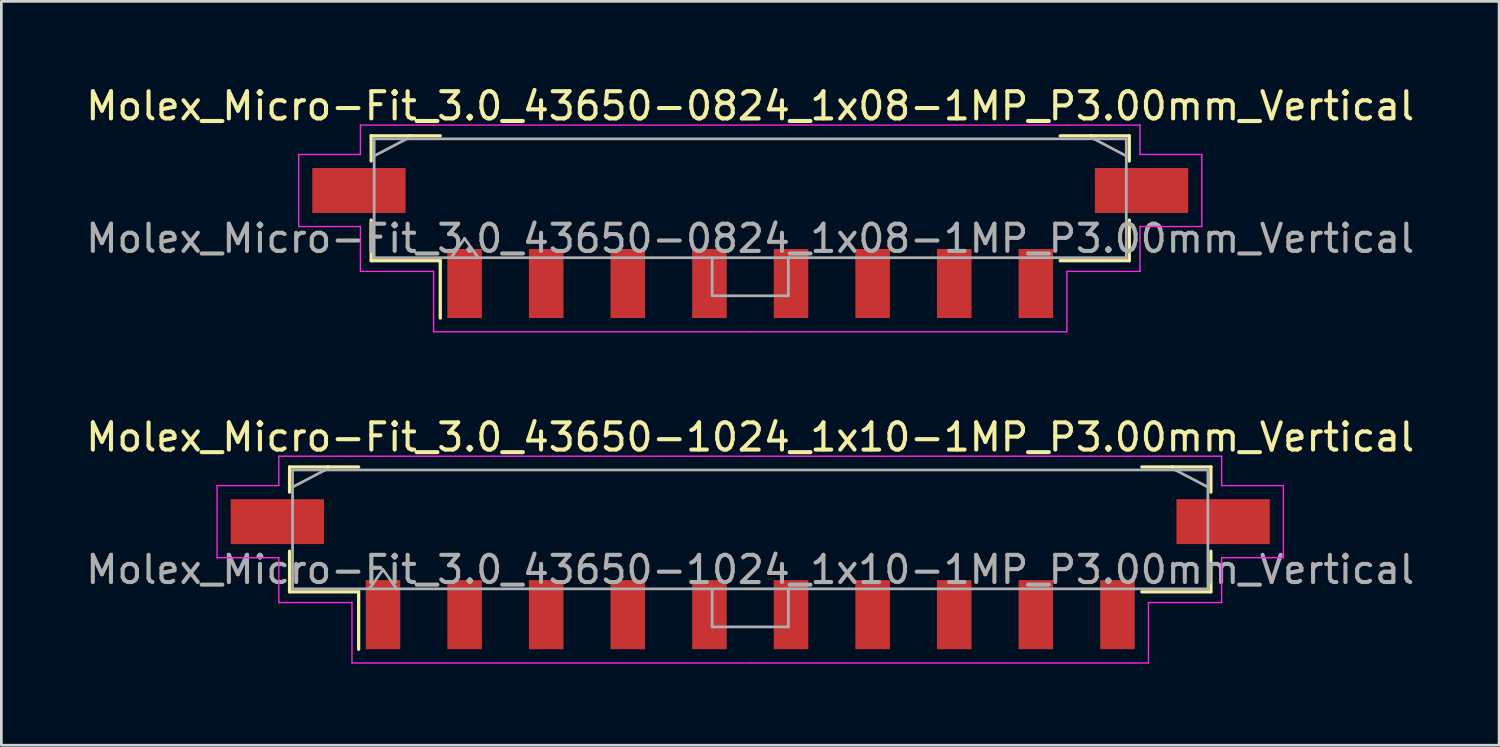
<source format=kicad_pcb>
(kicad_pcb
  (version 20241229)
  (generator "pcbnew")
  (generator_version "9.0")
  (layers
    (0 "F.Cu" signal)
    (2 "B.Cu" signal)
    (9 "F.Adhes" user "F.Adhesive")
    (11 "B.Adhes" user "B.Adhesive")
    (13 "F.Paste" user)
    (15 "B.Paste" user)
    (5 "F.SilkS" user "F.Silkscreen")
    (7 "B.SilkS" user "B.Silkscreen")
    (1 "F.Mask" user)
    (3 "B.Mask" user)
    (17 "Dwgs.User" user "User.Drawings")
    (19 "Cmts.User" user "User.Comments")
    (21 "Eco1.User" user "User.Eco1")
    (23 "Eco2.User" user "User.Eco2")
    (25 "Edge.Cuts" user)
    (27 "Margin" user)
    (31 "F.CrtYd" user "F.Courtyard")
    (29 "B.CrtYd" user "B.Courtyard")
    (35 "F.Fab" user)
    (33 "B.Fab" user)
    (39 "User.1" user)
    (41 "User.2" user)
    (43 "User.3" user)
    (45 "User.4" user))
  (footprint "Molex_Micro-Fit_3.0_43650-0824_1x08-1MP_P3.00mm_Vertical"
    (layer "F.Cu")
    (at 24.53 4.238)
    (property "Reference" "Molex_Micro-Fit_3.0_43650-0824_1x08-1MP_P3.00mm_Vertical" (at 0 -3.39 0) (layer "F.SilkS") (effects (font (size 1 1) (thickness 0.15))))
    (attr smd)
    (fp_line (start -13.935 -2.295) (end -12.515 -2.295) (stroke (width 0.12) (type solid)) (layer "F.SilkS"))
    (fp_line (start -13.935 -1.37) (end -13.935 -2.295) (stroke (width 0.12) (type solid)) (layer "F.SilkS"))
    (fp_line (start -13.935 0.8) (end -13.935 2.295) (stroke (width 0.12) (type solid)) (layer "F.SilkS"))
    (fp_line (start -13.935 2.295) (end -11.395 2.295) (stroke (width 0.12) (type solid)) (layer "F.SilkS"))
    (fp_line (start -12.515 -2.295) (end -12.515 -2.295) (stroke (width 0.12) (type solid)) (layer "F.SilkS"))
    (fp_line (start -12.515 -2.295) (end -11.395 -2.295) (stroke (width 0.12) (type solid)) (layer "F.SilkS"))
    (fp_line (start -11.395 2.295) (end -11.395 4.405) (stroke (width 0.12) (type solid)) (layer "F.SilkS"))
    (fp_line (start 12.515 -2.295) (end 11.395 -2.295) (stroke (width 0.12) (type solid)) (layer "F.SilkS"))
    (fp_line (start 12.515 -2.295) (end 12.515 -2.295) (stroke (width 0.12) (type solid)) (layer "F.SilkS"))
    (fp_line (start 13.935 -2.295) (end 12.515 -2.295) (stroke (width 0.12) (type solid)) (layer "F.SilkS"))
    (fp_line (start 13.935 -1.37) (end 13.935 -2.295) (stroke (width 0.12) (type solid)) (layer "F.SilkS"))
    (fp_line (start 13.935 0.8) (end 13.935 2.295) (stroke (width 0.12) (type solid)) (layer "F.SilkS"))
    (fp_line (start 13.935 2.295) (end 11.395 2.295) (stroke (width 0.12) (type solid)) (layer "F.SilkS"))
    (fp_line (start -16.6 -1.61) (end -16.6 1.04) (stroke (width 0.05) (type solid)) (layer "F.CrtYd"))
    (fp_line (start -16.6 1.04) (end -14.33 1.04) (stroke (width 0.05) (type solid)) (layer "F.CrtYd"))
    (fp_line (start -14.33 -2.69) (end -14.33 -1.61) (stroke (width 0.05) (type solid)) (layer "F.CrtYd"))
    (fp_line (start -14.33 -1.61) (end -16.6 -1.61) (stroke (width 0.05) (type solid)) (layer "F.CrtYd"))
    (fp_line (start -14.33 1.04) (end -14.33 2.69) (stroke (width 0.05) (type solid)) (layer "F.CrtYd"))
    (fp_line (start -14.33 2.69) (end -11.64 2.69) (stroke (width 0.05) (type solid)) (layer "F.CrtYd"))
    (fp_line (start -11.64 -2.69) (end -14.33 -2.69) (stroke (width 0.05) (type solid)) (layer "F.CrtYd"))
    (fp_line (start -11.64 2.69) (end -11.64 4.91) (stroke (width 0.05) (type solid)) (layer "F.CrtYd"))
    (fp_line (start -11.64 4.91) (end 0 4.91) (stroke (width 0.05) (type solid)) (layer "F.CrtYd"))
    (fp_line (start 0 -2.69) (end -11.64 -2.69) (stroke (width 0.05) (type solid)) (layer "F.CrtYd"))
    (fp_line (start 0 -2.69) (end 11.64 -2.69) (stroke (width 0.05) (type solid)) (layer "F.CrtYd"))
    (fp_line (start 11.64 -2.69) (end 14.33 -2.69) (stroke (width 0.05) (type solid)) (layer "F.CrtYd"))
    (fp_line (start 11.64 2.69) (end 11.64 4.91) (stroke (width 0.05) (type solid)) (layer "F.CrtYd"))
    (fp_line (start 11.64 4.91) (end 0 4.91) (stroke (width 0.05) (type solid)) (layer "F.CrtYd"))
    (fp_line (start 14.33 -2.69) (end 14.33 -1.61) (stroke (width 0.05) (type solid)) (layer "F.CrtYd"))
    (fp_line (start 14.33 -1.61) (end 16.6 -1.61) (stroke (width 0.05) (type solid)) (layer "F.CrtYd"))
    (fp_line (start 14.33 1.04) (end 14.33 2.69) (stroke (width 0.05) (type solid)) (layer "F.CrtYd"))
    (fp_line (start 14.33 2.69) (end 11.64 2.69) (stroke (width 0.05) (type solid)) (layer "F.CrtYd"))
    (fp_line (start 16.6 -1.61) (end 16.6 1.04) (stroke (width 0.05) (type solid)) (layer "F.CrtYd"))
    (fp_line (start 16.6 1.04) (end 14.33 1.04) (stroke (width 0.05) (type solid)) (layer "F.CrtYd"))
    (fp_line (start -13.825 -2.185) (end -13.825 2.185) (stroke (width 0.1) (type solid)) (layer "F.Fab"))
    (fp_line (start -13.825 -1.555) (end -12.625 -2.185) (stroke (width 0.1) (type solid)) (layer "F.Fab"))
    (fp_line (start -13.825 2.185) (end 13.825 2.185) (stroke (width 0.1) (type solid)) (layer "F.Fab"))
    (fp_line (start -12.625 -2.185) (end -13.825 -2.185) (stroke (width 0.1) (type solid)) (layer "F.Fab"))
    (fp_line (start -12.625 -2.185) (end -12.625 -2.185) (stroke (width 0.1) (type solid)) (layer "F.Fab"))
    (fp_line (start -11 2.185) (end -10.5 1.478) (stroke (width 0.1) (type solid)) (layer "F.Fab"))
    (fp_line (start -10.5 1.478) (end -10 2.185) (stroke (width 0.1) (type solid)) (layer "F.Fab"))
    (fp_line (start -1.4 2.185) (end -1.4 3.585) (stroke (width 0.1) (type solid)) (layer "F.Fab"))
    (fp_line (start -1.4 3.585) (end 1.4 3.585) (stroke (width 0.1) (type solid)) (layer "F.Fab"))
    (fp_line (start 1.4 3.585) (end 1.4 2.185) (stroke (width 0.1) (type solid)) (layer "F.Fab"))
    (fp_line (start 12.625 -2.185) (end -12.625 -2.185) (stroke (width 0.1) (type solid)) (layer "F.Fab"))
    (fp_line (start 12.625 -2.185) (end 12.625 -2.185) (stroke (width 0.1) (type solid)) (layer "F.Fab"))
    (fp_line (start 13.825 -2.185) (end 12.625 -2.185) (stroke (width 0.1) (type solid)) (layer "F.Fab"))
    (fp_line (start 13.825 -1.555) (end 12.625 -2.185) (stroke (width 0.1) (type solid)) (layer "F.Fab"))
    (fp_line (start 13.825 2.185) (end 13.825 -2.185) (stroke (width 0.1) (type solid)) (layer "F.Fab"))
    (fp_text user "${REFERENCE}" (at 0 1.48 0) (layer "F.Fab") (effects (font (size 1 1) (thickness 0.15))))
    (pad "1" smd rect (at -10.5 3.135) (size 1.27 2.54) (layers "F.Cu" "F.Mask" "F.Paste"))
    (pad "2" smd rect (at -7.5 3.135) (size 1.27 2.54) (layers "F.Cu" "F.Mask" "F.Paste"))
    (pad "3" smd rect (at -4.5 3.135) (size 1.27 2.54) (layers "F.Cu" "F.Mask" "F.Paste"))
    (pad "4" smd rect (at -1.5 3.135) (size 1.27 2.54) (layers "F.Cu" "F.Mask" "F.Paste"))
    (pad "5" smd rect (at 1.5 3.135) (size 1.27 2.54) (layers "F.Cu" "F.Mask" "F.Paste"))
    (pad "6" smd rect (at 4.5 3.135) (size 1.27 2.54) (layers "F.Cu" "F.Mask" "F.Paste"))
    (pad "7" smd rect (at 7.5 3.135) (size 1.27 2.54) (layers "F.Cu" "F.Mask" "F.Paste"))
    (pad "8" smd rect (at 10.5 3.135) (size 1.27 2.54) (layers "F.Cu" "F.Mask" "F.Paste"))
    (pad "MP" smd rect (at -14.385 -0.285) (size 3.43 1.65) (layers "F.Cu" "F.Mask" "F.Paste"))
    (pad "MP" smd rect (at 14.385 -0.285) (size 3.43 1.65) (layers "F.Cu" "F.Mask" "F.Paste")))
  (footprint "Molex_Micro-Fit_3.0_43650-1024_1x10-1MP_P3.00mm_Vertical"
    (layer "F.Cu")
    (at 24.53 16.412)
    (property "Reference" "Molex_Micro-Fit_3.0_43650-1024_1x10-1MP_P3.00mm_Vertical" (at 0 -3.39 0) (layer "F.SilkS") (effects (font (size 1 1) (thickness 0.15))))
    (attr smd)
    (fp_line (start -16.935 -2.295) (end -15.515 -2.295) (stroke (width 0.12) (type solid)) (layer "F.SilkS"))
    (fp_line (start -16.935 -1.37) (end -16.935 -2.295) (stroke (width 0.12) (type solid)) (layer "F.SilkS"))
    (fp_line (start -16.935 0.8) (end -16.935 2.295) (stroke (width 0.12) (type solid)) (layer "F.SilkS"))
    (fp_line (start -16.935 2.295) (end -14.395 2.295) (stroke (width 0.12) (type solid)) (layer "F.SilkS"))
    (fp_line (start -15.515 -2.295) (end -15.515 -2.295) (stroke (width 0.12) (type solid)) (layer "F.SilkS"))
    (fp_line (start -15.515 -2.295) (end -14.395 -2.295) (stroke (width 0.12) (type solid)) (layer "F.SilkS"))
    (fp_line (start -14.395 2.295) (end -14.395 4.405) (stroke (width 0.12) (type solid)) (layer "F.SilkS"))
    (fp_line (start 15.515 -2.295) (end 14.395 -2.295) (stroke (width 0.12) (type solid)) (layer "F.SilkS"))
    (fp_line (start 15.515 -2.295) (end 15.515 -2.295) (stroke (width 0.12) (type solid)) (layer "F.SilkS"))
    (fp_line (start 16.935 -2.295) (end 15.515 -2.295) (stroke (width 0.12) (type solid)) (layer "F.SilkS"))
    (fp_line (start 16.935 -1.37) (end 16.935 -2.295) (stroke (width 0.12) (type solid)) (layer "F.SilkS"))
    (fp_line (start 16.935 0.8) (end 16.935 2.295) (stroke (width 0.12) (type solid)) (layer "F.SilkS"))
    (fp_line (start 16.935 2.295) (end 14.395 2.295) (stroke (width 0.12) (type solid)) (layer "F.SilkS"))
    (fp_line (start -19.6 -1.61) (end -19.6 1.04) (stroke (width 0.05) (type solid)) (layer "F.CrtYd"))
    (fp_line (start -19.6 1.04) (end -17.33 1.04) (stroke (width 0.05) (type solid)) (layer "F.CrtYd"))
    (fp_line (start -17.33 -2.69) (end -17.33 -1.61) (stroke (width 0.05) (type solid)) (layer "F.CrtYd"))
    (fp_line (start -17.33 -1.61) (end -19.6 -1.61) (stroke (width 0.05) (type solid)) (layer "F.CrtYd"))
    (fp_line (start -17.33 1.04) (end -17.33 2.69) (stroke (width 0.05) (type solid)) (layer "F.CrtYd"))
    (fp_line (start -17.33 2.69) (end -14.64 2.69) (stroke (width 0.05) (type solid)) (layer "F.CrtYd"))
    (fp_line (start -14.64 -2.69) (end -17.33 -2.69) (stroke (width 0.05) (type solid)) (layer "F.CrtYd"))
    (fp_line (start -14.64 2.69) (end -14.64 4.91) (stroke (width 0.05) (type solid)) (layer "F.CrtYd"))
    (fp_line (start -14.64 4.91) (end 0 4.91) (stroke (width 0.05) (type solid)) (layer "F.CrtYd"))
    (fp_line (start 0 -2.69) (end -14.64 -2.69) (stroke (width 0.05) (type solid)) (layer "F.CrtYd"))
    (fp_line (start 0 -2.69) (end 14.64 -2.69) (stroke (width 0.05) (type solid)) (layer "F.CrtYd"))
    (fp_line (start 14.64 -2.69) (end 17.33 -2.69) (stroke (width 0.05) (type solid)) (layer "F.CrtYd"))
    (fp_line (start 14.64 2.69) (end 14.64 4.91) (stroke (width 0.05) (type solid)) (layer "F.CrtYd"))
    (fp_line (start 14.64 4.91) (end 0 4.91) (stroke (width 0.05) (type solid)) (layer "F.CrtYd"))
    (fp_line (start 17.33 -2.69) (end 17.33 -1.61) (stroke (width 0.05) (type solid)) (layer "F.CrtYd"))
    (fp_line (start 17.33 -1.61) (end 19.6 -1.61) (stroke (width 0.05) (type solid)) (layer "F.CrtYd"))
    (fp_line (start 17.33 1.04) (end 17.33 2.69) (stroke (width 0.05) (type solid)) (layer "F.CrtYd"))
    (fp_line (start 17.33 2.69) (end 14.64 2.69) (stroke (width 0.05) (type solid)) (layer "F.CrtYd"))
    (fp_line (start 19.6 -1.61) (end 19.6 1.04) (stroke (width 0.05) (type solid)) (layer "F.CrtYd"))
    (fp_line (start 19.6 1.04) (end 17.33 1.04) (stroke (width 0.05) (type solid)) (layer "F.CrtYd"))
    (fp_line (start -16.825 -2.185) (end -16.825 2.185) (stroke (width 0.1) (type solid)) (layer "F.Fab"))
    (fp_line (start -16.825 -1.555) (end -15.625 -2.185) (stroke (width 0.1) (type solid)) (layer "F.Fab"))
    (fp_line (start -16.825 2.185) (end 16.825 2.185) (stroke (width 0.1) (type solid)) (layer "F.Fab"))
    (fp_line (start -15.625 -2.185) (end -16.825 -2.185) (stroke (width 0.1) (type solid)) (layer "F.Fab"))
    (fp_line (start -15.625 -2.185) (end -15.625 -2.185) (stroke (width 0.1) (type solid)) (layer "F.Fab"))
    (fp_line (start -14 2.185) (end -13.5 1.478) (stroke (width 0.1) (type solid)) (layer "F.Fab"))
    (fp_line (start -13.5 1.478) (end -13 2.185) (stroke (width 0.1) (type solid)) (layer "F.Fab"))
    (fp_line (start -1.4 2.185) (end -1.4 3.585) (stroke (width 0.1) (type solid)) (layer "F.Fab"))
    (fp_line (start -1.4 3.585) (end 1.4 3.585) (stroke (width 0.1) (type solid)) (layer "F.Fab"))
    (fp_line (start 1.4 3.585) (end 1.4 2.185) (stroke (width 0.1) (type solid)) (layer "F.Fab"))
    (fp_line (start 15.625 -2.185) (end -15.625 -2.185) (stroke (width 0.1) (type solid)) (layer "F.Fab"))
    (fp_line (start 15.625 -2.185) (end 15.625 -2.185) (stroke (width 0.1) (type solid)) (layer "F.Fab"))
    (fp_line (start 16.825 -2.185) (end 15.625 -2.185) (stroke (width 0.1) (type solid)) (layer "F.Fab"))
    (fp_line (start 16.825 -1.555) (end 15.625 -2.185) (stroke (width 0.1) (type solid)) (layer "F.Fab"))
    (fp_line (start 16.825 2.185) (end 16.825 -2.185) (stroke (width 0.1) (type solid)) (layer "F.Fab"))
    (fp_text user "${REFERENCE}" (at 0 1.48 0) (layer "F.Fab") (effects (font (size 1 1) (thickness 0.15))))
    (pad "1" smd rect (at -13.5 3.135) (size 1.27 2.54) (layers "F.Cu" "F.Mask" "F.Paste"))
    (pad "2" smd rect (at -10.5 3.135) (size 1.27 2.54) (layers "F.Cu" "F.Mask" "F.Paste"))
    (pad "3" smd rect (at -7.5 3.135) (size 1.27 2.54) (layers "F.Cu" "F.Mask" "F.Paste"))
    (pad "4" smd rect (at -4.5 3.135) (size 1.27 2.54) (layers "F.Cu" "F.Mask" "F.Paste"))
    (pad "5" smd rect (at -1.5 3.135) (size 1.27 2.54) (layers "F.Cu" "F.Mask" "F.Paste"))
    (pad "6" smd rect (at 1.5 3.135) (size 1.27 2.54) (layers "F.Cu" "F.Mask" "F.Paste"))
    (pad "7" smd rect (at 4.5 3.135) (size 1.27 2.54) (layers "F.Cu" "F.Mask" "F.Paste"))
    (pad "8" smd rect (at 7.5 3.135) (size 1.27 2.54) (layers "F.Cu" "F.Mask" "F.Paste"))
    (pad "9" smd rect (at 10.5 3.135) (size 1.27 2.54) (layers "F.Cu" "F.Mask" "F.Paste"))
    (pad "10" smd rect (at 13.5 3.135) (size 1.27 2.54) (layers "F.Cu" "F.Mask" "F.Paste"))
    (pad "MP" smd rect (at -17.385 -0.285) (size 3.43 1.65) (layers "F.Cu" "F.Mask" "F.Paste"))
    (pad "MP" smd rect (at 17.385 -0.285) (size 3.43 1.65) (layers "F.Cu" "F.Mask" "F.Paste")))
  (gr_rect
    (start -3 -3)
    (end 52.06 24.346)
    (stroke (width 0.1) (type default))
    (fill no)
    (layer "Edge.Cuts")))
</source>
